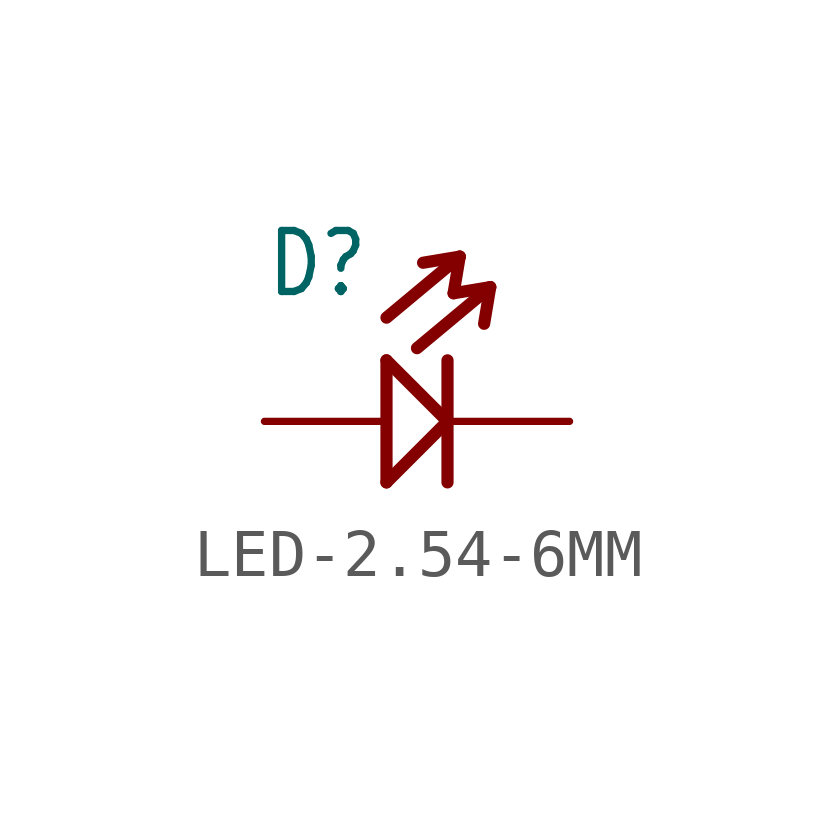
<source format=kicad_sym>
(kicad_symbol_lib
  (version 20220914)
  (generator kicad_symbol_editor)
  (symbol "LED-2.54-6MM"
    (property "Reference" "D"
      (at -2.54 2.54 0)
      (effects (font (size 1.27 1.079)) (justify left bottom)))
    (property "Value" ""
      (at -2.54 1.27 0)
      (effects (font (size 1.27 1.079)) (justify left bottom)))
    (property "ki_locked" ""
      (at 0 0 0)
      (effects (font (size 1.27 1.27))))
    (symbol "LED-2.54-6MM_1_0"
      (polyline (pts (xy 0 -1.27) (xy 1.27 0)) (stroke (width 0.254) (type solid)) (fill (type none)))
      (polyline (pts (xy 0 1.27) (xy 0 -1.27)) (stroke (width 0.254) (type solid)) (fill (type none)))
      (polyline (pts (xy 0 2.159) (xy 1.524 3.429)) (stroke (width 0.254) (type solid)) (fill (type none)))
      (polyline (pts (xy 0.635 1.524) (xy 2.159 2.794)) (stroke (width 0.254) (type solid)) (fill (type none)))
      (polyline (pts (xy 1.27 0) (xy 0 1.27)) (stroke (width 0.254) (type solid)) (fill (type none)))
      (polyline (pts (xy 1.27 0) (xy 1.27 -1.27)) (stroke (width 0.254) (type solid)) (fill (type none)))
      (polyline (pts (xy 1.27 1.27) (xy 1.27 0)) (stroke (width 0.254) (type solid)) (fill (type none)))
      (polyline (pts (xy 1.524 3.429) (xy 0.762 3.302)) (stroke (width 0.254) (type solid)) (fill (type none)))
      (polyline (pts (xy 1.524 3.429) (xy 1.397 2.667)) (stroke (width 0.254) (type solid)) (fill (type none)))
      (polyline (pts (xy 2.159 2.794) (xy 1.397 2.667)) (stroke (width 0.254) (type solid)) (fill (type none)))
      (polyline (pts (xy 2.159 2.794) (xy 2.032 2.032)) (stroke (width 0.254) (type solid)) (fill (type none)))
      (pin passive line (at -2.54 0 0) (length 2.54) (name "+" (effects (font (size 0 0)))) (number "+" (effects (font (size 0 0)))))
      (pin passive line (at 3.81 0 180) (length 2.54) (name "-" (effects (font (size 0 0)))) (number "-" (effects (font (size 0 0))))))))
</source>
